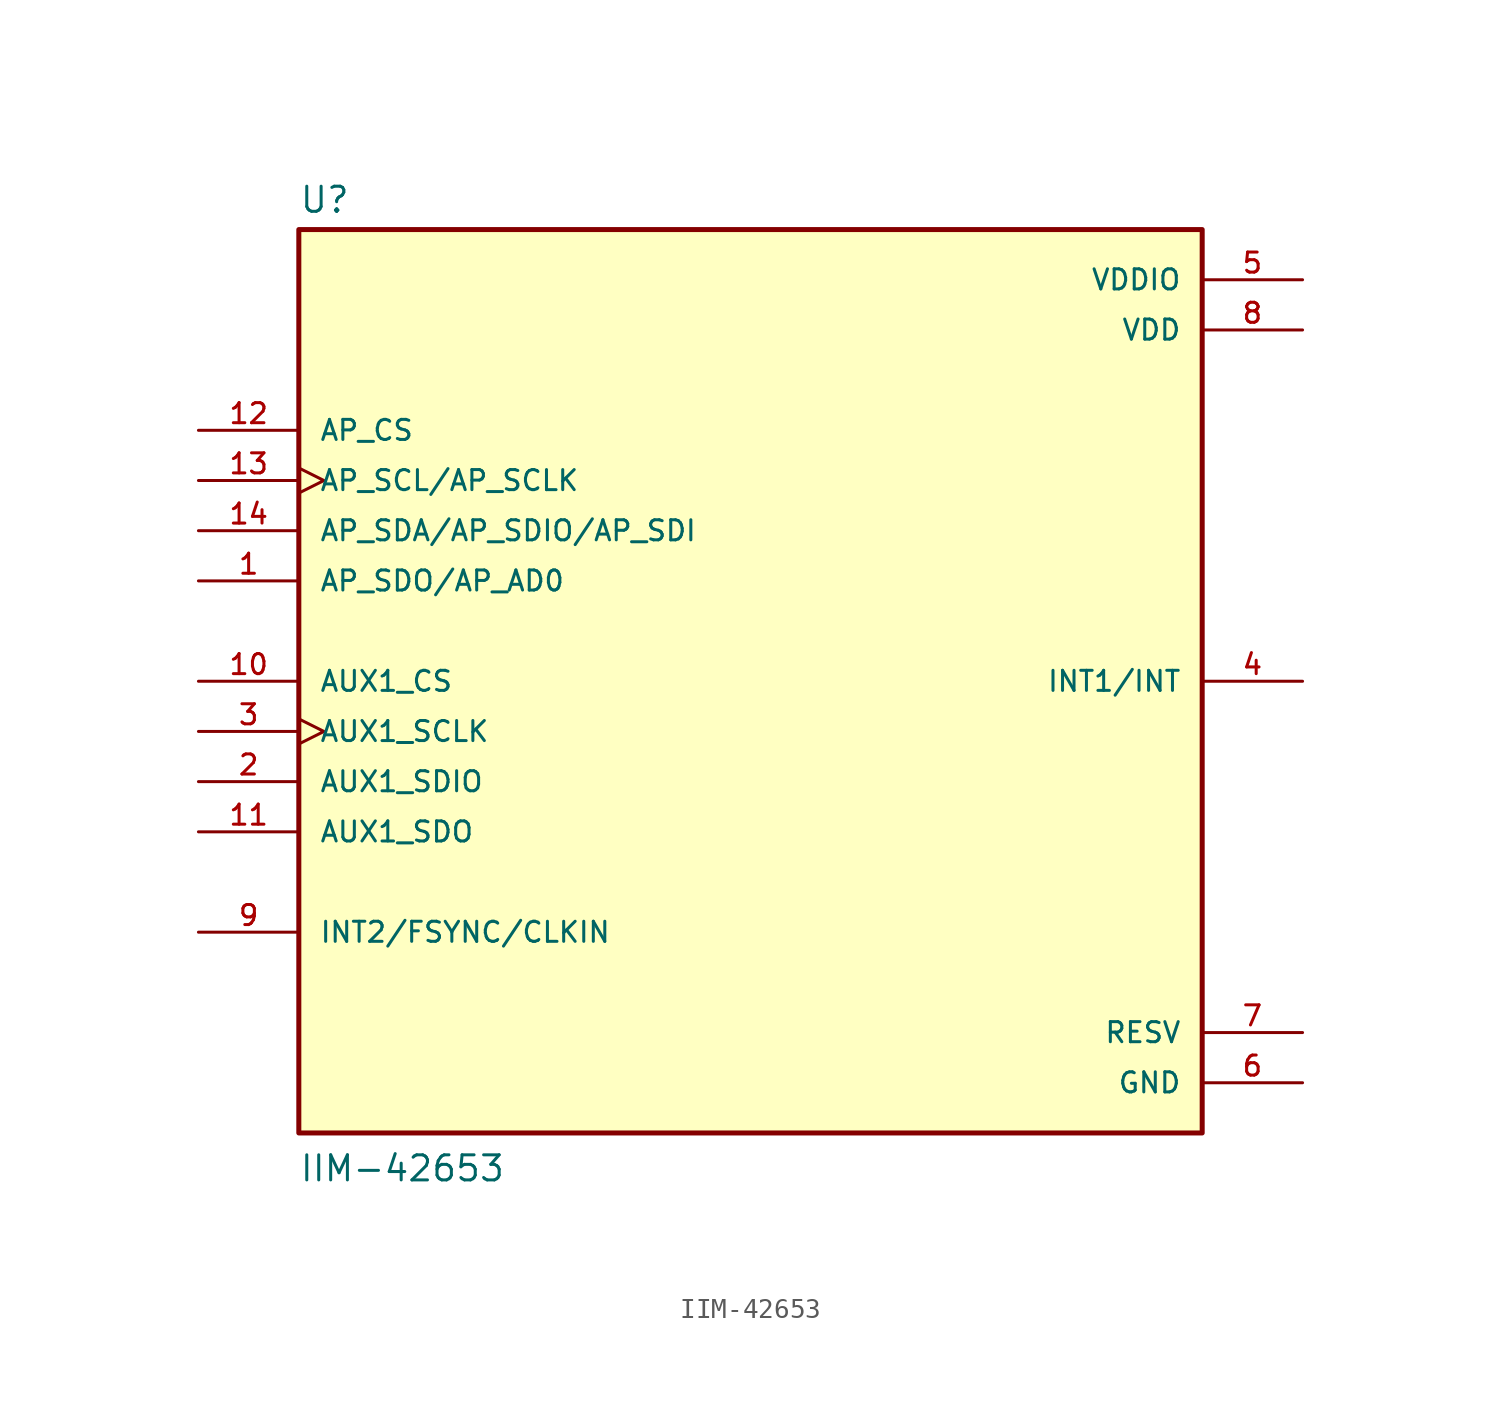
<source format=kicad_sym>
(kicad_symbol_lib
  (version 20231120)
  (generator "kicad_symbol_editor")
  (generator_version "8.0")
  (symbol "IIM-42653"
    (pin_names
      (offset 1.016))
    (property "Reference" "U"
      (at -22.86 23.622 0)
      (effects (font (size 1.27 1.27)) (justify left bottom)))
    (property "Value" "IIM-42653"
      (at -22.86 -25.4 0)
      (effects (font (size 1.27 1.27)) (justify left bottom)))
    (symbol "IIM-42653_0_0"
      (rectangle (start -22.86 -22.86) (end 22.86 22.86) (stroke (width 0.254) (type default)) (fill (type background)))
      (pin bidirectional line (at -27.94 5.08 0) (length 5.08) (name "AP_SDO/AP_AD0" (effects (font (size 1.016 1.016)))) (number "1" (effects (font (size 1.016 1.016)))))
      (pin input line (at -27.94 0 0) (length 5.08) (name "AUX1_CS" (effects (font (size 1.016 1.016)))) (number "10" (effects (font (size 1.016 1.016)))))
      (pin output line (at -27.94 -7.62 0) (length 5.08) (name "AUX1_SDO" (effects (font (size 1.016 1.016)))) (number "11" (effects (font (size 1.016 1.016)))))
      (pin input line (at -27.94 12.7 0) (length 5.08) (name "AP_CS" (effects (font (size 1.016 1.016)))) (number "12" (effects (font (size 1.016 1.016)))))
      (pin input clock (at -27.94 10.16 0) (length 5.08) (name "AP_SCL/AP_SCLK" (effects (font (size 1.016 1.016)))) (number "13" (effects (font (size 1.016 1.016)))))
      (pin bidirectional line (at -27.94 7.62 0) (length 5.08) (name "AP_SDA/AP_SDIO/AP_SDI" (effects (font (size 1.016 1.016)))) (number "14" (effects (font (size 1.016 1.016)))))
      (pin bidirectional line (at -27.94 -5.08 0) (length 5.08) (name "AUX1_SDIO" (effects (font (size 1.016 1.016)))) (number "2" (effects (font (size 1.016 1.016)))))
      (pin input clock (at -27.94 -2.54 0) (length 5.08) (name "AUX1_SCLK" (effects (font (size 1.016 1.016)))) (number "3" (effects (font (size 1.016 1.016)))))
      (pin output line (at 27.94 0 180) (length 5.08) (name "INT1/INT" (effects (font (size 1.016 1.016)))) (number "4" (effects (font (size 1.016 1.016)))))
      (pin power_in line (at 27.94 20.32 180) (length 5.08) (name "VDDIO" (effects (font (size 1.016 1.016)))) (number "5" (effects (font (size 1.016 1.016)))))
      (pin power_in line (at 27.94 -20.32 180) (length 5.08) (name "GND" (effects (font (size 1.016 1.016)))) (number "6" (effects (font (size 1.016 1.016)))))
      (pin power_in line (at 27.94 -17.78 180) (length 5.08) (name "RESV" (effects (font (size 1.016 1.016)))) (number "7" (effects (font (size 1.016 1.016)))))
      (pin power_in line (at 27.94 17.78 180) (length 5.08) (name "VDD" (effects (font (size 1.016 1.016)))) (number "8" (effects (font (size 1.016 1.016)))))
      (pin bidirectional line (at -27.94 -12.7 0) (length 5.08) (name "INT2/FSYNC/CLKIN" (effects (font (size 1.016 1.016)))) (number "9" (effects (font (size 1.016 1.016))))))))
</source>
